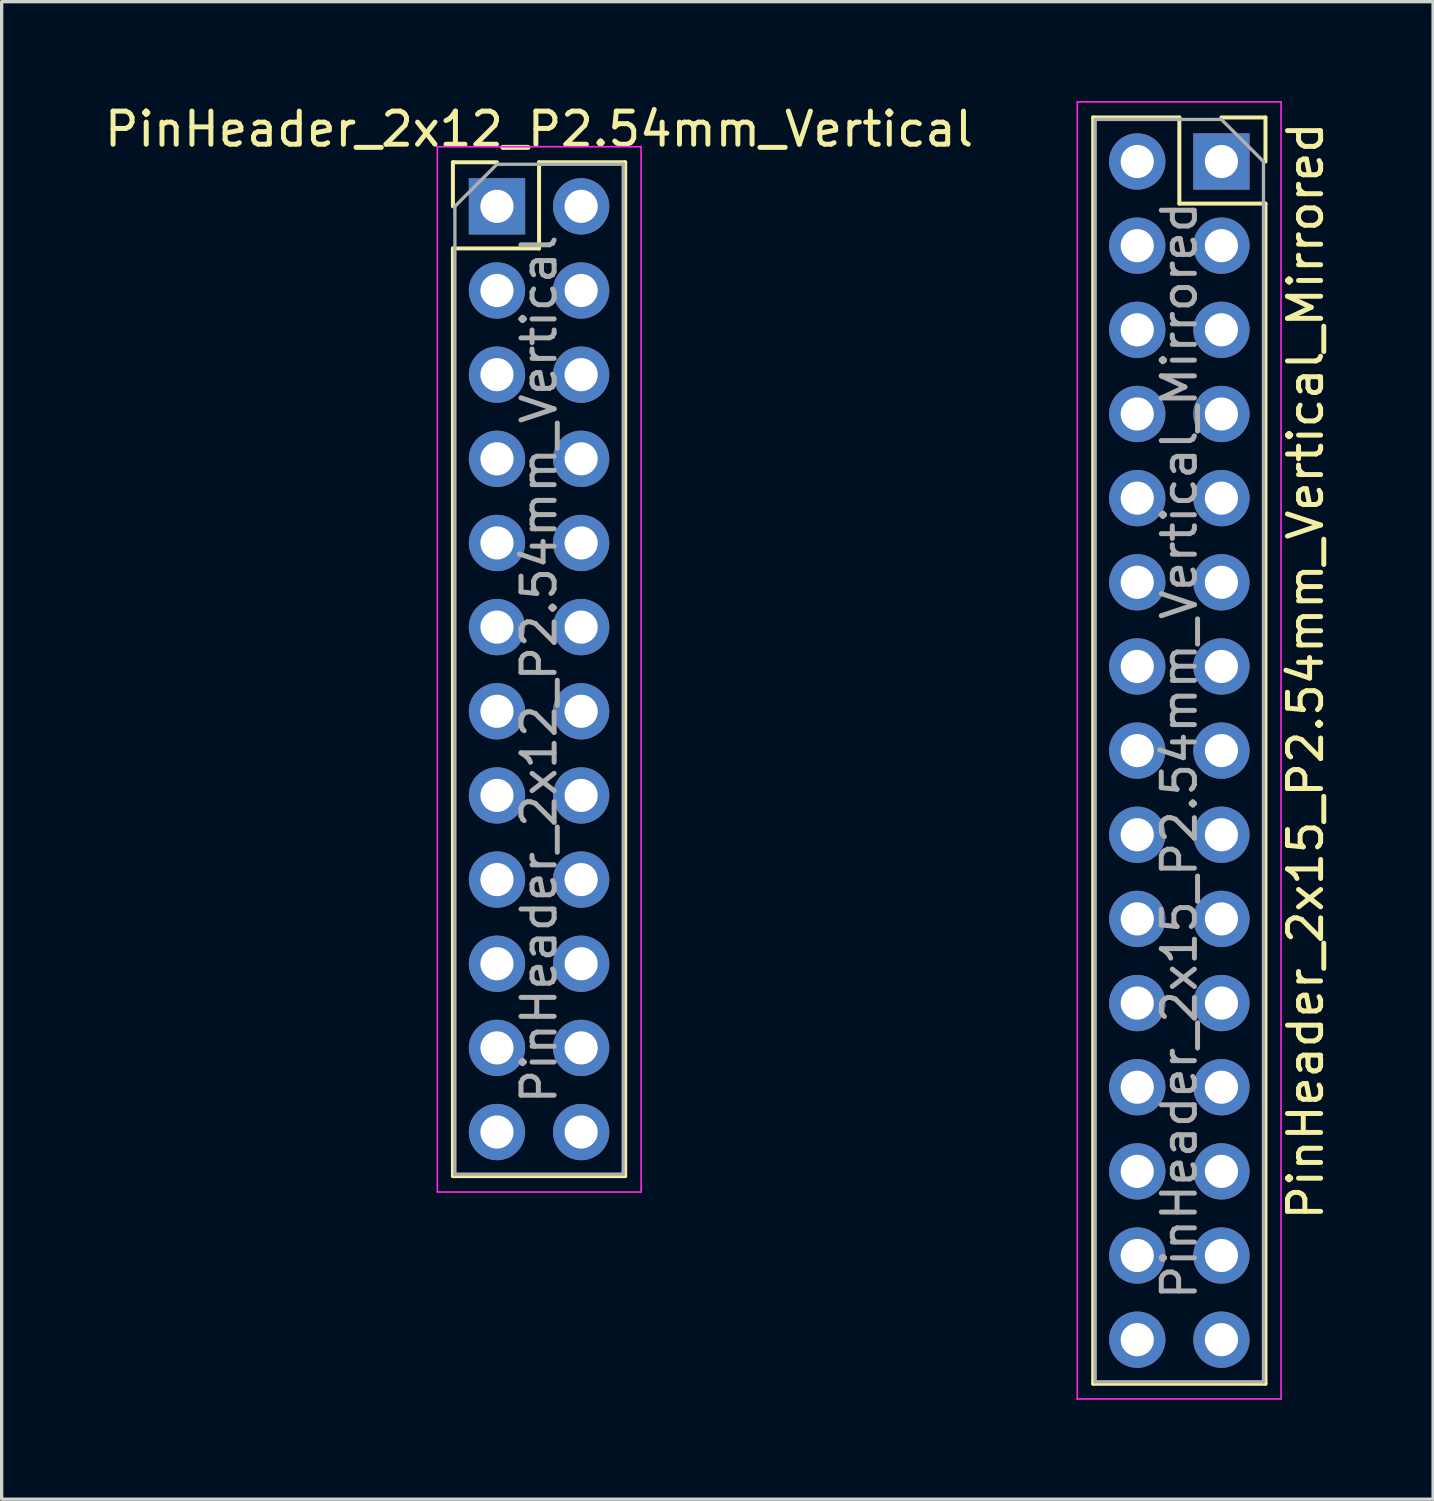
<source format=kicad_pcb>
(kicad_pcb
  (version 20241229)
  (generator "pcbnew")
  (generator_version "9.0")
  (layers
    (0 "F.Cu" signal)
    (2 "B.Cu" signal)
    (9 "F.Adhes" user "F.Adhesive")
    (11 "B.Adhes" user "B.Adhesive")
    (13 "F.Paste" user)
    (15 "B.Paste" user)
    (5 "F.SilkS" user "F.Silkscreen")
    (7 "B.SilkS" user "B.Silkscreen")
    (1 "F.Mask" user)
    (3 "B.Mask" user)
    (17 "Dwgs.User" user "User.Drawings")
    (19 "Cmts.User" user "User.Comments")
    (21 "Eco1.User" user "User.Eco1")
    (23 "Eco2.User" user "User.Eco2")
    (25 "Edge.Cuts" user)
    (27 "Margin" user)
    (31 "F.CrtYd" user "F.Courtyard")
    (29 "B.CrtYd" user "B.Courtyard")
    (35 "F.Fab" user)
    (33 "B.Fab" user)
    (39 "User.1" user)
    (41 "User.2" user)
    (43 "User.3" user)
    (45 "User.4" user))
  (footprint "PinHeader_2x12_P2.54mm_Vertical"
    (layer "F.Cu")
    (at 11.95 3.178)
    (property "Reference" "PinHeader_2x12_P2.54mm_Vertical" (at 1.27 -2.33 0) (layer "F.SilkS") (effects (font (size 1 1) (thickness 0.15))))
    (attr through_hole)
    (fp_line (start -1.33 -1.33) (end 0 -1.33) (stroke (width 0.12) (type solid)) (layer "F.SilkS"))
    (fp_line (start -1.33 0) (end -1.33 -1.33) (stroke (width 0.12) (type solid)) (layer "F.SilkS"))
    (fp_line (start -1.33 1.27) (end -1.33 29.27) (stroke (width 0.12) (type solid)) (layer "F.SilkS"))
    (fp_line (start -1.33 1.27) (end 1.27 1.27) (stroke (width 0.12) (type solid)) (layer "F.SilkS"))
    (fp_line (start -1.33 29.27) (end 3.87 29.27) (stroke (width 0.12) (type solid)) (layer "F.SilkS"))
    (fp_line (start 1.27 -1.33) (end 3.87 -1.33) (stroke (width 0.12) (type solid)) (layer "F.SilkS"))
    (fp_line (start 1.27 1.27) (end 1.27 -1.33) (stroke (width 0.12) (type solid)) (layer "F.SilkS"))
    (fp_line (start 3.87 -1.33) (end 3.87 29.27) (stroke (width 0.12) (type solid)) (layer "F.SilkS"))
    (fp_line (start -1.8 -1.8) (end -1.8 29.75) (stroke (width 0.05) (type solid)) (layer "F.CrtYd"))
    (fp_line (start -1.8 29.75) (end 4.35 29.75) (stroke (width 0.05) (type solid)) (layer "F.CrtYd"))
    (fp_line (start 4.35 -1.8) (end -1.8 -1.8) (stroke (width 0.05) (type solid)) (layer "F.CrtYd"))
    (fp_line (start 4.35 29.75) (end 4.35 -1.8) (stroke (width 0.05) (type solid)) (layer "F.CrtYd"))
    (fp_line (start -1.27 0) (end 0 -1.27) (stroke (width 0.1) (type solid)) (layer "F.Fab"))
    (fp_line (start -1.27 29.21) (end -1.27 0) (stroke (width 0.1) (type solid)) (layer "F.Fab"))
    (fp_line (start 0 -1.27) (end 3.81 -1.27) (stroke (width 0.1) (type solid)) (layer "F.Fab"))
    (fp_line (start 3.81 -1.27) (end 3.81 29.21) (stroke (width 0.1) (type solid)) (layer "F.Fab"))
    (fp_line (start 3.81 29.21) (end -1.27 29.21) (stroke (width 0.1) (type solid)) (layer "F.Fab"))
    (fp_text user "${REFERENCE}" (at 1.27 13.97 90) (layer "F.Fab") (effects (font (size 1 1) (thickness 0.15))))
    (pad "1" thru_hole rect (at 0 0) (size 1.7 1.7) (drill 1) (layers "*.Cu" "*.Mask"))
    (pad "2" thru_hole oval (at 2.54 0) (size 1.7 1.7) (drill 1) (layers "*.Cu" "*.Mask"))
    (pad "3" thru_hole oval (at 0 2.54) (size 1.7 1.7) (drill 1) (layers "*.Cu" "*.Mask"))
    (pad "4" thru_hole oval (at 2.54 2.54) (size 1.7 1.7) (drill 1) (layers "*.Cu" "*.Mask"))
    (pad "5" thru_hole oval (at 0 5.08) (size 1.7 1.7) (drill 1) (layers "*.Cu" "*.Mask"))
    (pad "6" thru_hole oval (at 2.54 5.08) (size 1.7 1.7) (drill 1) (layers "*.Cu" "*.Mask"))
    (pad "7" thru_hole oval (at 0 7.62) (size 1.7 1.7) (drill 1) (layers "*.Cu" "*.Mask"))
    (pad "8" thru_hole oval (at 2.54 7.62) (size 1.7 1.7) (drill 1) (layers "*.Cu" "*.Mask"))
    (pad "9" thru_hole oval (at 0 10.16) (size 1.7 1.7) (drill 1) (layers "*.Cu" "*.Mask"))
    (pad "10" thru_hole oval (at 2.54 10.16) (size 1.7 1.7) (drill 1) (layers "*.Cu" "*.Mask"))
    (pad "11" thru_hole oval (at 0 12.7) (size 1.7 1.7) (drill 1) (layers "*.Cu" "*.Mask"))
    (pad "12" thru_hole oval (at 2.54 12.7) (size 1.7 1.7) (drill 1) (layers "*.Cu" "*.Mask"))
    (pad "13" thru_hole oval (at 0 15.24) (size 1.7 1.7) (drill 1) (layers "*.Cu" "*.Mask"))
    (pad "14" thru_hole oval (at 2.54 15.24) (size 1.7 1.7) (drill 1) (layers "*.Cu" "*.Mask"))
    (pad "15" thru_hole oval (at 0 17.78) (size 1.7 1.7) (drill 1) (layers "*.Cu" "*.Mask"))
    (pad "16" thru_hole oval (at 2.54 17.78) (size 1.7 1.7) (drill 1) (layers "*.Cu" "*.Mask"))
    (pad "17" thru_hole oval (at 0 20.32) (size 1.7 1.7) (drill 1) (layers "*.Cu" "*.Mask"))
    (pad "18" thru_hole oval (at 2.54 20.32) (size 1.7 1.7) (drill 1) (layers "*.Cu" "*.Mask"))
    (pad "19" thru_hole oval (at 0 22.86) (size 1.7 1.7) (drill 1) (layers "*.Cu" "*.Mask"))
    (pad "20" thru_hole oval (at 2.54 22.86) (size 1.7 1.7) (drill 1) (layers "*.Cu" "*.Mask"))
    (pad "21" thru_hole oval (at 0 25.4) (size 1.7 1.7) (drill 1) (layers "*.Cu" "*.Mask"))
    (pad "22" thru_hole oval (at 2.54 25.4) (size 1.7 1.7) (drill 1) (layers "*.Cu" "*.Mask"))
    (pad "23" thru_hole oval (at 0 27.94) (size 1.7 1.7) (drill 1) (layers "*.Cu" "*.Mask"))
    (pad "24" thru_hole oval (at 2.54 27.94) (size 1.7 1.7) (drill 1) (layers "*.Cu" "*.Mask")))
  (footprint "PinHeader_2x15_P2.54mm_Vertical_Mirrored"
    (layer "F.Cu")
    (at 33.815 1.825)
    (property "Reference" "PinHeader_2x15_P2.54mm_Vertical_Mirrored" (at 2.54 -1.27 270) (layer "F.SilkS") (effects (font (size 1 1) (thickness 0.15)) (justify right)))
    (attr through_hole)
    (fp_line (start -3.87 -1.33) (end -3.87 36.89) (stroke (width 0.12) (type solid)) (layer "F.SilkS"))
    (fp_line (start -1.27 -1.33) (end -3.87 -1.33) (stroke (width 0.12) (type solid)) (layer "F.SilkS"))
    (fp_line (start -1.27 1.27) (end -1.27 -1.33) (stroke (width 0.12) (type solid)) (layer "F.SilkS"))
    (fp_line (start 1.33 -1.33) (end 0 -1.33) (stroke (width 0.12) (type solid)) (layer "F.SilkS"))
    (fp_line (start 1.33 0) (end 1.33 -1.33) (stroke (width 0.12) (type solid)) (layer "F.SilkS"))
    (fp_line (start 1.33 1.27) (end -1.27 1.27) (stroke (width 0.12) (type solid)) (layer "F.SilkS"))
    (fp_line (start 1.33 1.27) (end 1.33 36.89) (stroke (width 0.12) (type solid)) (layer "F.SilkS"))
    (fp_line (start 1.33 36.89) (end -3.87 36.89) (stroke (width 0.12) (type solid)) (layer "F.SilkS"))
    (fp_line (start -4.35 37.35) (end -4.35 -1.8) (stroke (width 0.05) (type solid)) (layer "F.CrtYd"))
    (fp_line (start -4.35 37.35) (end 1.8 37.35) (stroke (width 0.05) (type solid)) (layer "F.CrtYd"))
    (fp_line (start 1.8 -1.8) (end -4.35 -1.8) (stroke (width 0.05) (type solid)) (layer "F.CrtYd"))
    (fp_line (start 1.8 -1.8) (end 1.8 37.35) (stroke (width 0.05) (type solid)) (layer "F.CrtYd"))
    (fp_line (start -3.81 -1.27) (end -3.81 36.83) (stroke (width 0.1) (type solid)) (layer "F.Fab"))
    (fp_line (start -3.81 36.83) (end 1.27 36.83) (stroke (width 0.1) (type solid)) (layer "F.Fab"))
    (fp_line (start 0 -1.27) (end -3.81 -1.27) (stroke (width 0.1) (type solid)) (layer "F.Fab"))
    (fp_line (start 1.27 0) (end 0 -1.27) (stroke (width 0.1) (type solid)) (layer "F.Fab"))
    (fp_line (start 1.27 36.83) (end 1.27 0) (stroke (width 0.1) (type solid)) (layer "F.Fab"))
    (fp_text user "${REFERENCE}" (at -1.27 17.78 90) (layer "F.Fab") (effects (font (size 1 1) (thickness 0.15))))
    (pad "1" thru_hole rect (at 0 0) (size 1.7 1.7) (drill 1) (layers "*.Cu" "*.Mask"))
    (pad "2" thru_hole oval (at -2.54 0) (size 1.7 1.7) (drill 1) (layers "*.Cu" "*.Mask"))
    (pad "3" thru_hole oval (at 0 2.54) (size 1.7 1.7) (drill 1) (layers "*.Cu" "*.Mask"))
    (pad "4" thru_hole oval (at -2.54 2.54) (size 1.7 1.7) (drill 1) (layers "*.Cu" "*.Mask"))
    (pad "5" thru_hole oval (at 0 5.08) (size 1.7 1.7) (drill 1) (layers "*.Cu" "*.Mask"))
    (pad "6" thru_hole oval (at -2.54 5.08) (size 1.7 1.7) (drill 1) (layers "*.Cu" "*.Mask"))
    (pad "7" thru_hole oval (at 0 7.62) (size 1.7 1.7) (drill 1) (layers "*.Cu" "*.Mask"))
    (pad "8" thru_hole oval (at -2.54 7.62) (size 1.7 1.7) (drill 1) (layers "*.Cu" "*.Mask"))
    (pad "9" thru_hole oval (at 0 10.16) (size 1.7 1.7) (drill 1) (layers "*.Cu" "*.Mask"))
    (pad "10" thru_hole oval (at -2.54 10.16) (size 1.7 1.7) (drill 1) (layers "*.Cu" "*.Mask"))
    (pad "11" thru_hole oval (at 0 12.7) (size 1.7 1.7) (drill 1) (layers "*.Cu" "*.Mask"))
    (pad "12" thru_hole oval (at -2.54 12.7) (size 1.7 1.7) (drill 1) (layers "*.Cu" "*.Mask"))
    (pad "13" thru_hole oval (at 0 15.24) (size 1.7 1.7) (drill 1) (layers "*.Cu" "*.Mask"))
    (pad "14" thru_hole oval (at -2.54 15.24) (size 1.7 1.7) (drill 1) (layers "*.Cu" "*.Mask"))
    (pad "15" thru_hole oval (at 0 17.78) (size 1.7 1.7) (drill 1) (layers "*.Cu" "*.Mask"))
    (pad "16" thru_hole oval (at -2.54 17.78) (size 1.7 1.7) (drill 1) (layers "*.Cu" "*.Mask"))
    (pad "17" thru_hole oval (at 0 20.32) (size 1.7 1.7) (drill 1) (layers "*.Cu" "*.Mask"))
    (pad "18" thru_hole oval (at -2.54 20.32) (size 1.7 1.7) (drill 1) (layers "*.Cu" "*.Mask"))
    (pad "19" thru_hole oval (at 0 22.86) (size 1.7 1.7) (drill 1) (layers "*.Cu" "*.Mask"))
    (pad "20" thru_hole oval (at -2.54 22.86) (size 1.7 1.7) (drill 1) (layers "*.Cu" "*.Mask"))
    (pad "21" thru_hole oval (at 0 25.4) (size 1.7 1.7) (drill 1) (layers "*.Cu" "*.Mask"))
    (pad "22" thru_hole oval (at -2.54 25.4) (size 1.7 1.7) (drill 1) (layers "*.Cu" "*.Mask"))
    (pad "23" thru_hole oval (at 0 27.94) (size 1.7 1.7) (drill 1) (layers "*.Cu" "*.Mask"))
    (pad "24" thru_hole oval (at -2.54 27.94) (size 1.7 1.7) (drill 1) (layers "*.Cu" "*.Mask"))
    (pad "25" thru_hole oval (at 0 30.48) (size 1.7 1.7) (drill 1) (layers "*.Cu" "*.Mask"))
    (pad "26" thru_hole oval (at -2.54 30.48) (size 1.7 1.7) (drill 1) (layers "*.Cu" "*.Mask"))
    (pad "27" thru_hole oval (at 0 33.02) (size 1.7 1.7) (drill 1) (layers "*.Cu" "*.Mask"))
    (pad "28" thru_hole oval (at -2.54 33.02) (size 1.7 1.7) (drill 1) (layers "*.Cu" "*.Mask"))
    (pad "29" thru_hole oval (at 0 35.56) (size 1.7 1.7) (drill 1) (layers "*.Cu" "*.Mask"))
    (pad "30" thru_hole oval (at -2.54 35.56) (size 1.7 1.7) (drill 1) (layers "*.Cu" "*.Mask")))
  (gr_rect
    (start -3 -3)
    (end 40.204 42.2)
    (stroke (width 0.1) (type default))
    (fill no)
    (layer "Edge.Cuts")))
</source>
